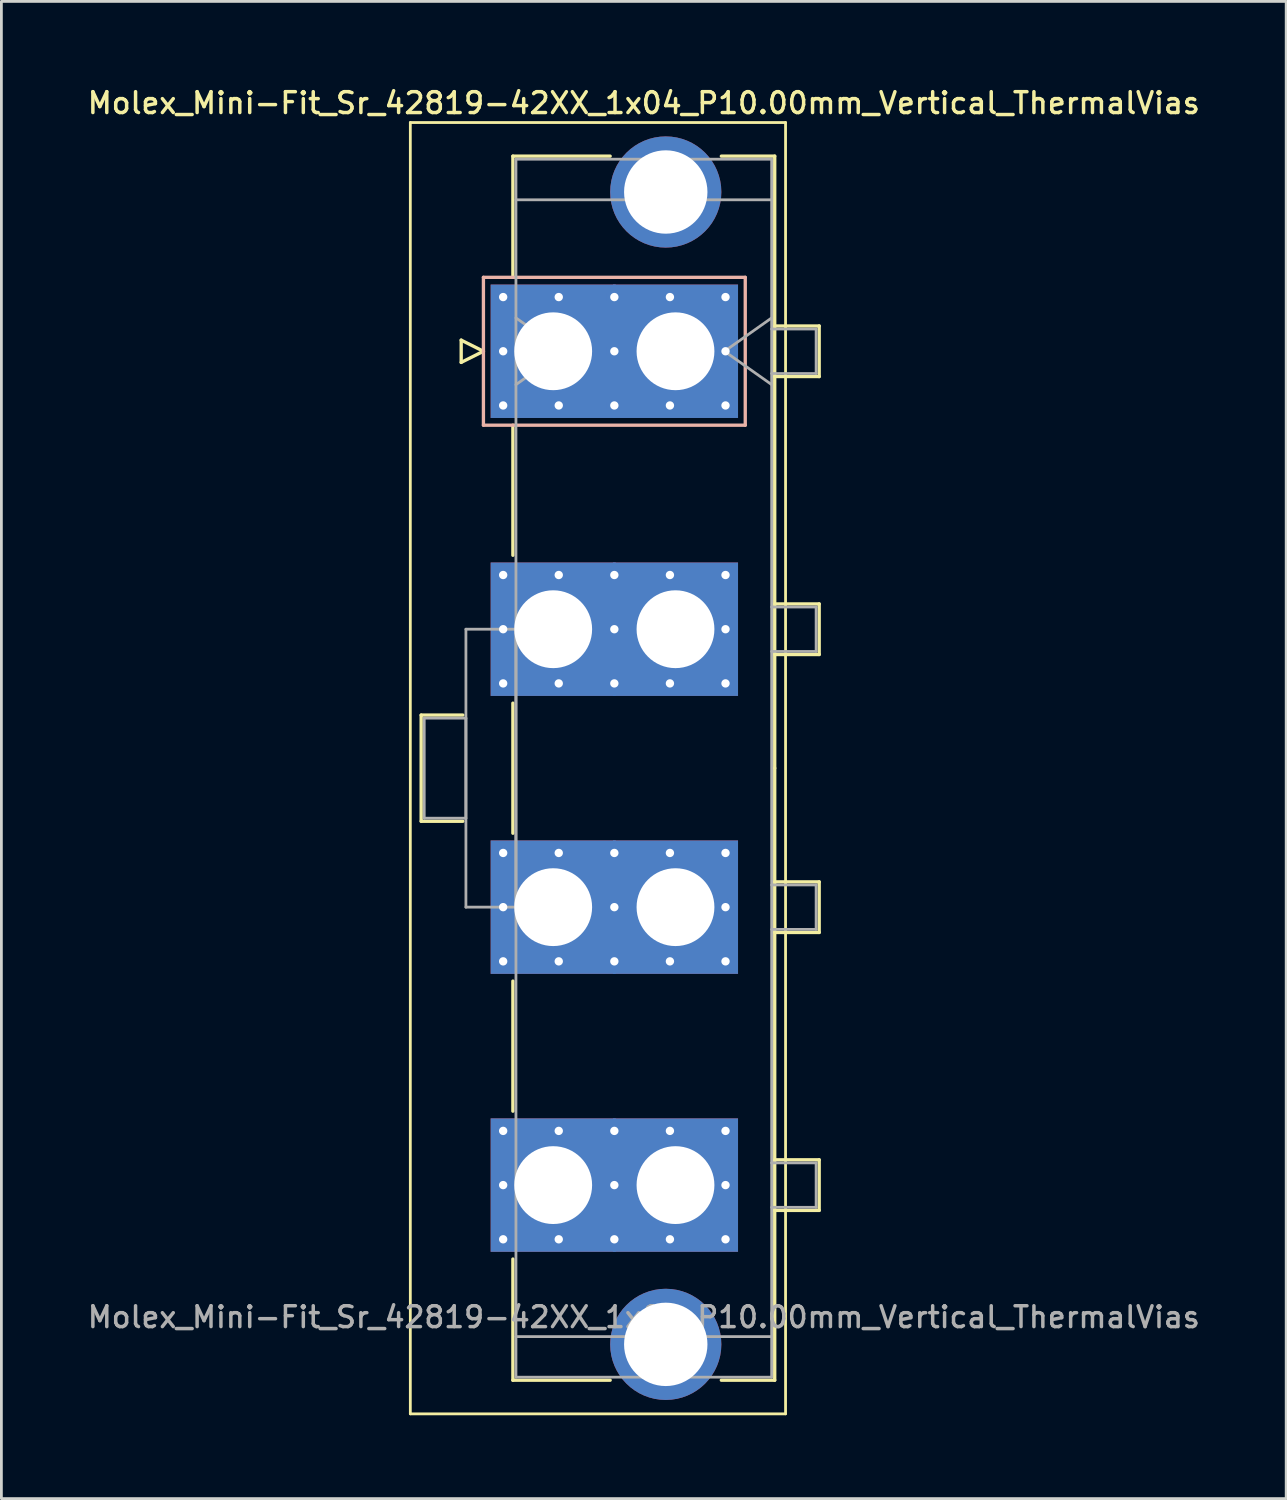
<source format=kicad_pcb>
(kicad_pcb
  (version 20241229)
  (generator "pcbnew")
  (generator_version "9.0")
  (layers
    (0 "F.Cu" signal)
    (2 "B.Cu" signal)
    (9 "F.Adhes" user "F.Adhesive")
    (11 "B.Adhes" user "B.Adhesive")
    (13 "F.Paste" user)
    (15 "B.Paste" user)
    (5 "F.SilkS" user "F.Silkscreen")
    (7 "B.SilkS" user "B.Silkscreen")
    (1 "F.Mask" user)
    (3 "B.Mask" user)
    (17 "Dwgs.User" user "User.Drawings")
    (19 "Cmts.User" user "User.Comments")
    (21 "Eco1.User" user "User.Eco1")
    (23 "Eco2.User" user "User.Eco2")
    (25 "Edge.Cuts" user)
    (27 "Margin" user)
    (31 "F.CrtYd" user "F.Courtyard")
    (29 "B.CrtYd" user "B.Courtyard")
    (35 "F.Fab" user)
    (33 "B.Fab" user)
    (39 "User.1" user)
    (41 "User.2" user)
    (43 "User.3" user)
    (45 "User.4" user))
  (footprint "Molex_Mini-Fit_Sr_42819-42XX_1x04_P10.00mm_Vertical_ThermalVias"
    (layer "F.Cu")
    (at 16.853 9.588)
    (property "Reference" "Molex_Mini-Fit_Sr_42819-42XX_1x04_P10.00mm_Vertical_ThermalVias" (at 3.26 -8.93 0) (layer "F.SilkS") (effects (font (size 0.75 0.75) (thickness 0.125))))
    (attr through_hole)
    (fp_line (start -5.14 -8.23) (end -5.14 38.23) (stroke (width 0.1) (type solid)) (layer "F.SilkS"))
    (fp_line (start -5.14 38.23) (end 8.36 38.23) (stroke (width 0.1) (type solid)) (layer "F.SilkS"))
    (fp_line (start -4.75 13.09) (end -4.75 16.91) (stroke (width 0.12) (type solid)) (layer "F.SilkS"))
    (fp_line (start -4.75 16.91) (end -3.25 16.91) (stroke (width 0.12) (type solid)) (layer "F.SilkS"))
    (fp_line (start -3.31 -0.4) (end -3.31 0.4) (stroke (width 0.12) (type solid)) (layer "F.SilkS"))
    (fp_line (start -3.31 0.4) (end -2.51 0) (stroke (width 0.12) (type solid)) (layer "F.SilkS"))
    (fp_line (start -3.25 13.09) (end -4.75 13.09) (stroke (width 0.12) (type solid)) (layer "F.SilkS"))
    (fp_line (start -2.51 0) (end -3.31 -0.4) (stroke (width 0.12) (type solid)) (layer "F.SilkS"))
    (fp_line (start -1.45 -7.02) (end 2.05 -7.02) (stroke (width 0.12) (type solid)) (layer "F.SilkS"))
    (fp_line (start -1.45 -2.66) (end -1.45 -7.02) (stroke (width 0.12) (type solid)) (layer "F.SilkS"))
    (fp_line (start -1.45 2.66) (end -1.45 7.34) (stroke (width 0.12) (type solid)) (layer "F.SilkS"))
    (fp_line (start -1.45 12.66) (end -1.45 17.34) (stroke (width 0.12) (type solid)) (layer "F.SilkS"))
    (fp_line (start -1.45 22.66) (end -1.45 27.34) (stroke (width 0.12) (type solid)) (layer "F.SilkS"))
    (fp_line (start -1.45 32.66) (end -1.45 37.02) (stroke (width 0.12) (type solid)) (layer "F.SilkS"))
    (fp_line (start -1.45 37.02) (end 2.05 37.02) (stroke (width 0.12) (type solid)) (layer "F.SilkS"))
    (fp_line (start 6.05 -7.02) (end 7.97 -7.02) (stroke (width 0.12) (type solid)) (layer "F.SilkS"))
    (fp_line (start 6.05 37.02) (end 7.97 37.02) (stroke (width 0.12) (type solid)) (layer "F.SilkS"))
    (fp_line (start 7.97 -7.02) (end 7.97 15) (stroke (width 0.12) (type solid)) (layer "F.SilkS"))
    (fp_line (start 7.97 -0.91) (end 9.57 -0.91) (stroke (width 0.12) (type solid)) (layer "F.SilkS"))
    (fp_line (start 7.97 9.09) (end 9.57 9.09) (stroke (width 0.12) (type solid)) (layer "F.SilkS"))
    (fp_line (start 7.97 19.09) (end 9.57 19.09) (stroke (width 0.12) (type solid)) (layer "F.SilkS"))
    (fp_line (start 7.97 29.09) (end 9.57 29.09) (stroke (width 0.12) (type solid)) (layer "F.SilkS"))
    (fp_line (start 7.97 37.02) (end 7.97 15) (stroke (width 0.12) (type solid)) (layer "F.SilkS"))
    (fp_line (start 8.36 -8.23) (end -5.14 -8.23) (stroke (width 0.1) (type solid)) (layer "F.SilkS"))
    (fp_line (start 8.36 38.23) (end 8.36 -8.23) (stroke (width 0.1) (type solid)) (layer "F.SilkS"))
    (fp_line (start 9.57 -0.91) (end 9.57 0.91) (stroke (width 0.12) (type solid)) (layer "F.SilkS"))
    (fp_line (start 9.57 0.91) (end 7.97 0.91) (stroke (width 0.12) (type solid)) (layer "F.SilkS"))
    (fp_line (start 9.57 9.09) (end 9.57 10.91) (stroke (width 0.12) (type solid)) (layer "F.SilkS"))
    (fp_line (start 9.57 10.91) (end 7.97 10.91) (stroke (width 0.12) (type solid)) (layer "F.SilkS"))
    (fp_line (start 9.57 19.09) (end 9.57 20.91) (stroke (width 0.12) (type solid)) (layer "F.SilkS"))
    (fp_line (start 9.57 20.91) (end 7.97 20.91) (stroke (width 0.12) (type solid)) (layer "F.SilkS"))
    (fp_line (start 9.57 29.09) (end 9.57 30.91) (stroke (width 0.12) (type solid)) (layer "F.SilkS"))
    (fp_line (start 9.57 30.91) (end 7.97 30.91) (stroke (width 0.12) (type solid)) (layer "F.SilkS"))
    (fp_line (start -2.51 -2.66) (end -2.51 2.66) (stroke (width 0.12) (type solid)) (layer "B.SilkS"))
    (fp_line (start -2.51 2.66) (end 6.91 2.66) (stroke (width 0.12) (type solid)) (layer "B.SilkS"))
    (fp_line (start 6.91 -2.66) (end -2.51 -2.66) (stroke (width 0.12) (type solid)) (layer "B.SilkS"))
    (fp_line (start 6.91 2.66) (end 6.91 -2.66) (stroke (width 0.12) (type solid)) (layer "B.SilkS"))
    (fp_line (start -4.64 13.2) (end -3.14 13.2) (stroke (width 0.1) (type solid)) (layer "F.Fab"))
    (fp_line (start -4.64 16.8) (end -4.64 13.2) (stroke (width 0.1) (type solid)) (layer "F.Fab"))
    (fp_line (start -3.14 10) (end -1.34 10) (stroke (width 0.1) (type solid)) (layer "F.Fab"))
    (fp_line (start -3.14 13.2) (end -3.14 16.8) (stroke (width 0.1) (type solid)) (layer "F.Fab"))
    (fp_line (start -3.14 16.8) (end -4.64 16.8) (stroke (width 0.1) (type solid)) (layer "F.Fab"))
    (fp_line (start -3.14 20) (end -3.14 10) (stroke (width 0.1) (type solid)) (layer "F.Fab"))
    (fp_line (start -1.34 -6.91) (end -1.34 36.91) (stroke (width 0.1) (type solid)) (layer "F.Fab"))
    (fp_line (start -1.34 -5.45) (end 7.86 -5.45) (stroke (width 0.1) (type solid)) (layer "F.Fab"))
    (fp_line (start -1.34 -1.2) (end 0.357 0) (stroke (width 0.1) (type solid)) (layer "F.Fab"))
    (fp_line (start -1.34 10) (end -1.34 20) (stroke (width 0.1) (type solid)) (layer "F.Fab"))
    (fp_line (start -1.34 20) (end -3.14 20) (stroke (width 0.1) (type solid)) (layer "F.Fab"))
    (fp_line (start -1.34 35.45) (end 7.86 35.45) (stroke (width 0.1) (type solid)) (layer "F.Fab"))
    (fp_line (start -1.34 36.91) (end 7.86 36.91) (stroke (width 0.1) (type solid)) (layer "F.Fab"))
    (fp_line (start 0.357 0) (end -1.34 1.2) (stroke (width 0.1) (type solid)) (layer "F.Fab"))
    (fp_line (start 6.163 0) (end 7.86 1.2) (stroke (width 0.1) (type solid)) (layer "F.Fab"))
    (fp_line (start 7.86 -6.91) (end -1.34 -6.91) (stroke (width 0.1) (type solid)) (layer "F.Fab"))
    (fp_line (start 7.86 -1.2) (end 6.163 0) (stroke (width 0.1) (type solid)) (layer "F.Fab"))
    (fp_line (start 7.86 -0.8) (end 9.46 -0.8) (stroke (width 0.1) (type solid)) (layer "F.Fab"))
    (fp_line (start 7.86 9.2) (end 9.46 9.2) (stroke (width 0.1) (type solid)) (layer "F.Fab"))
    (fp_line (start 7.86 19.2) (end 9.46 19.2) (stroke (width 0.1) (type solid)) (layer "F.Fab"))
    (fp_line (start 7.86 29.2) (end 9.46 29.2) (stroke (width 0.1) (type solid)) (layer "F.Fab"))
    (fp_line (start 7.86 36.91) (end 7.86 -6.91) (stroke (width 0.1) (type solid)) (layer "F.Fab"))
    (fp_line (start 9.46 -0.8) (end 9.46 0.8) (stroke (width 0.1) (type solid)) (layer "F.Fab"))
    (fp_line (start 9.46 0.8) (end 7.86 0.8) (stroke (width 0.1) (type solid)) (layer "F.Fab"))
    (fp_line (start 9.46 9.2) (end 9.46 10.8) (stroke (width 0.1) (type solid)) (layer "F.Fab"))
    (fp_line (start 9.46 10.8) (end 7.86 10.8) (stroke (width 0.1) (type solid)) (layer "F.Fab"))
    (fp_line (start 9.46 19.2) (end 9.46 20.8) (stroke (width 0.1) (type solid)) (layer "F.Fab"))
    (fp_line (start 9.46 20.8) (end 7.86 20.8) (stroke (width 0.1) (type solid)) (layer "F.Fab"))
    (fp_line (start 9.46 29.2) (end 9.46 30.8) (stroke (width 0.1) (type solid)) (layer "F.Fab"))
    (fp_line (start 9.46 30.8) (end 7.86 30.8) (stroke (width 0.1) (type solid)) (layer "F.Fab"))
    (fp_text user "${REFERENCE}" (at 3.26 34.75 0) (layer "F.Fab") (effects (font (size 0.75 0.75) (thickness 0.125))))
    (pad "" thru_hole circle (at 4.05 -5.73) (size 4 4) (drill 3) (layers "*.Cu" "*.Mask"))
    (pad "" thru_hole circle (at 4.05 35.73) (size 4 4) (drill 3) (layers "*.Cu" "*.Mask"))
    (pad "1" thru_hole roundrect (at -1.8 -1.95) (size 0.6 0.6) (drill 0.3) (layers "*.Cu" "*.Mask") (roundrect_rratio 0.25))
    (pad "1" thru_hole roundrect (at -1.8 0) (size 0.6 0.6) (drill 0.3) (layers "*.Cu" "*.Mask") (roundrect_rratio 0.25))
    (pad "1" thru_hole roundrect (at -1.8 1.95) (size 0.6 0.6) (drill 0.3) (layers "*.Cu" "*.Mask") (roundrect_rratio 0.25))
    (pad "1" thru_hole rect (at 0 0) (size 4.5 4.8) (drill 2.8) (layers "*.Cu" "*.Mask"))
    (pad "1" thru_hole roundrect (at 0.2 -1.95) (size 0.6 0.6) (drill 0.3) (layers "*.Cu" "*.Mask") (roundrect_rratio 0.25))
    (pad "1" thru_hole roundrect (at 0.2 1.95) (size 0.6 0.6) (drill 0.3) (layers "*.Cu" "*.Mask") (roundrect_rratio 0.25))
    (pad "1" thru_hole roundrect (at 2.2 -1.95) (size 0.6 0.6) (drill 0.3) (layers "*.Cu" "*.Mask") (roundrect_rratio 0.25))
    (pad "1" thru_hole roundrect (at 2.2 0) (size 0.6 0.6) (drill 0.3) (layers "*.Cu" "*.Mask") (roundrect_rratio 0.25))
    (pad "1" thru_hole roundrect (at 2.2 1.95) (size 0.6 0.6) (drill 0.3) (layers "*.Cu" "*.Mask") (roundrect_rratio 0.25))
    (pad "1" thru_hole roundrect (at 4.2 -1.95) (size 0.6 0.6) (drill 0.3) (layers "*.Cu" "*.Mask") (roundrect_rratio 0.25))
    (pad "1" thru_hole roundrect (at 4.2 1.95) (size 0.6 0.6) (drill 0.3) (layers "*.Cu" "*.Mask") (roundrect_rratio 0.25))
    (pad "1" thru_hole rect (at 4.4 0) (size 4.5 4.8) (drill 2.8) (layers "*.Cu" "*.Mask"))
    (pad "1" thru_hole roundrect (at 6.2 -1.95) (size 0.6 0.6) (drill 0.3) (layers "*.Cu" "*.Mask") (roundrect_rratio 0.25))
    (pad "1" thru_hole roundrect (at 6.2 0) (size 0.6 0.6) (drill 0.3) (layers "*.Cu" "*.Mask") (roundrect_rratio 0.25))
    (pad "1" thru_hole roundrect (at 6.2 1.95) (size 0.6 0.6) (drill 0.3) (layers "*.Cu" "*.Mask") (roundrect_rratio 0.25))
    (pad "2" thru_hole circle (at -1.8 8.05) (size 0.6 0.6) (drill 0.3) (layers "*.Cu" "*.Mask"))
    (pad "2" thru_hole circle (at -1.8 10) (size 0.6 0.6) (drill 0.3) (layers "*.Cu" "*.Mask"))
    (pad "2" thru_hole circle (at -1.8 11.95) (size 0.6 0.6) (drill 0.3) (layers "*.Cu" "*.Mask"))
    (pad "2" thru_hole rect (at 0 10) (size 4.5 4.8) (drill 2.8) (layers "*.Cu" "*.Mask"))
    (pad "2" thru_hole circle (at 0.2 8.05) (size 0.6 0.6) (drill 0.3) (layers "*.Cu" "*.Mask"))
    (pad "2" thru_hole circle (at 0.2 11.95) (size 0.6 0.6) (drill 0.3) (layers "*.Cu" "*.Mask"))
    (pad "2" thru_hole circle (at 2.2 8.05) (size 0.6 0.6) (drill 0.3) (layers "*.Cu" "*.Mask"))
    (pad "2" thru_hole circle (at 2.2 10) (size 0.6 0.6) (drill 0.3) (layers "*.Cu" "*.Mask"))
    (pad "2" thru_hole circle (at 2.2 11.95) (size 0.6 0.6) (drill 0.3) (layers "*.Cu" "*.Mask"))
    (pad "2" thru_hole circle (at 4.2 8.05) (size 0.6 0.6) (drill 0.3) (layers "*.Cu" "*.Mask"))
    (pad "2" thru_hole circle (at 4.2 11.95) (size 0.6 0.6) (drill 0.3) (layers "*.Cu" "*.Mask"))
    (pad "2" thru_hole rect (at 4.4 10) (size 4.5 4.8) (drill 2.8) (layers "*.Cu" "*.Mask"))
    (pad "2" thru_hole circle (at 6.2 8.05) (size 0.6 0.6) (drill 0.3) (layers "*.Cu" "*.Mask"))
    (pad "2" thru_hole circle (at 6.2 10) (size 0.6 0.6) (drill 0.3) (layers "*.Cu" "*.Mask"))
    (pad "2" thru_hole circle (at 6.2 11.95) (size 0.6 0.6) (drill 0.3) (layers "*.Cu" "*.Mask"))
    (pad "3" thru_hole circle (at -1.8 18.05) (size 0.6 0.6) (drill 0.3) (layers "*.Cu" "*.Mask"))
    (pad "3" thru_hole circle (at -1.8 20) (size 0.6 0.6) (drill 0.3) (layers "*.Cu" "*.Mask"))
    (pad "3" thru_hole circle (at -1.8 21.95) (size 0.6 0.6) (drill 0.3) (layers "*.Cu" "*.Mask"))
    (pad "3" thru_hole rect (at 0 20) (size 4.5 4.8) (drill 2.8) (layers "*.Cu" "*.Mask"))
    (pad "3" thru_hole circle (at 0.2 18.05) (size 0.6 0.6) (drill 0.3) (layers "*.Cu" "*.Mask"))
    (pad "3" thru_hole circle (at 0.2 21.95) (size 0.6 0.6) (drill 0.3) (layers "*.Cu" "*.Mask"))
    (pad "3" thru_hole circle (at 2.2 18.05) (size 0.6 0.6) (drill 0.3) (layers "*.Cu" "*.Mask"))
    (pad "3" thru_hole circle (at 2.2 20) (size 0.6 0.6) (drill 0.3) (layers "*.Cu" "*.Mask"))
    (pad "3" thru_hole circle (at 2.2 21.95) (size 0.6 0.6) (drill 0.3) (layers "*.Cu" "*.Mask"))
    (pad "3" thru_hole circle (at 4.2 18.05) (size 0.6 0.6) (drill 0.3) (layers "*.Cu" "*.Mask"))
    (pad "3" thru_hole circle (at 4.2 21.95) (size 0.6 0.6) (drill 0.3) (layers "*.Cu" "*.Mask"))
    (pad "3" thru_hole rect (at 4.4 20) (size 4.5 4.8) (drill 2.8) (layers "*.Cu" "*.Mask"))
    (pad "3" thru_hole circle (at 6.2 18.05) (size 0.6 0.6) (drill 0.3) (layers "*.Cu" "*.Mask"))
    (pad "3" thru_hole circle (at 6.2 20) (size 0.6 0.6) (drill 0.3) (layers "*.Cu" "*.Mask"))
    (pad "3" thru_hole circle (at 6.2 21.95) (size 0.6 0.6) (drill 0.3) (layers "*.Cu" "*.Mask"))
    (pad "4" thru_hole circle (at -1.8 28.05) (size 0.6 0.6) (drill 0.3) (layers "*.Cu" "*.Mask"))
    (pad "4" thru_hole circle (at -1.8 30) (size 0.6 0.6) (drill 0.3) (layers "*.Cu" "*.Mask"))
    (pad "4" thru_hole circle (at -1.8 31.95) (size 0.6 0.6) (drill 0.3) (layers "*.Cu" "*.Mask"))
    (pad "4" thru_hole rect (at 0 30) (size 4.5 4.8) (drill 2.8) (layers "*.Cu" "*.Mask"))
    (pad "4" thru_hole circle (at 0.2 28.05) (size 0.6 0.6) (drill 0.3) (layers "*.Cu" "*.Mask"))
    (pad "4" thru_hole circle (at 0.2 31.95) (size 0.6 0.6) (drill 0.3) (layers "*.Cu" "*.Mask"))
    (pad "4" thru_hole circle (at 2.2 28.05) (size 0.6 0.6) (drill 0.3) (layers "*.Cu" "*.Mask"))
    (pad "4" thru_hole circle (at 2.2 30) (size 0.6 0.6) (drill 0.3) (layers "*.Cu" "*.Mask"))
    (pad "4" thru_hole circle (at 2.2 31.95) (size 0.6 0.6) (drill 0.3) (layers "*.Cu" "*.Mask"))
    (pad "4" thru_hole circle (at 4.2 28.05) (size 0.6 0.6) (drill 0.3) (layers "*.Cu" "*.Mask"))
    (pad "4" thru_hole circle (at 4.2 31.95) (size 0.6 0.6) (drill 0.3) (layers "*.Cu" "*.Mask"))
    (pad "4" thru_hole rect (at 4.4 30) (size 4.5 4.8) (drill 2.8) (layers "*.Cu" "*.Mask"))
    (pad "4" thru_hole circle (at 6.2 28.05) (size 0.6 0.6) (drill 0.3) (layers "*.Cu" "*.Mask"))
    (pad "4" thru_hole circle (at 6.2 30) (size 0.6 0.6) (drill 0.3) (layers "*.Cu" "*.Mask"))
    (pad "4" thru_hole circle (at 6.2 31.95) (size 0.6 0.6) (drill 0.3) (layers "*.Cu" "*.Mask")))
  (gr_rect
    (start -3 -3)
    (end 43.225 50.868)
    (stroke (width 0.1) (type default))
    (fill no)
    (layer "Edge.Cuts")))
</source>
